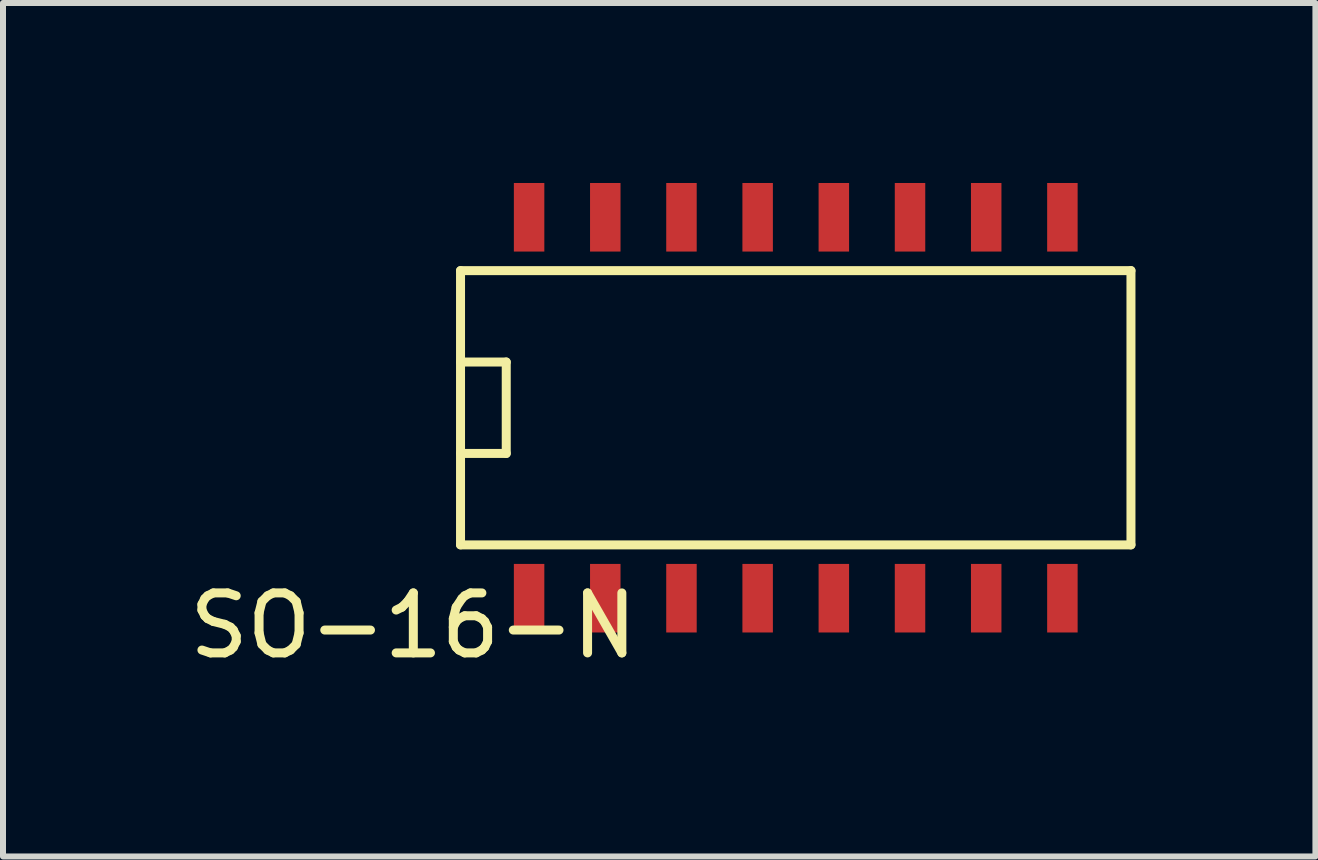
<source format=kicad_pcb>
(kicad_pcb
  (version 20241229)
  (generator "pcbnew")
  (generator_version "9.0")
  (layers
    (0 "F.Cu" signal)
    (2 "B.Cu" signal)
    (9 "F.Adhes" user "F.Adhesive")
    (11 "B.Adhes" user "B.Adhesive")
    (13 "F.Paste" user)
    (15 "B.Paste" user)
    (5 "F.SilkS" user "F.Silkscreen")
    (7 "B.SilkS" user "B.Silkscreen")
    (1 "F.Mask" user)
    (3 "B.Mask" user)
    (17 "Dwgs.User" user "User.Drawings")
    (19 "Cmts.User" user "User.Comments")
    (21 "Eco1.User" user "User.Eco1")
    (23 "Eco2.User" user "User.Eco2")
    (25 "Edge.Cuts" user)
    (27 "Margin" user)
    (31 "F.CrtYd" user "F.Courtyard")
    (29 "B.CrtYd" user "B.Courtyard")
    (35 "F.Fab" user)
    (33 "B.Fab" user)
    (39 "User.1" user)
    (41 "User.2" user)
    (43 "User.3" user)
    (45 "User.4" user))
  (footprint "SO-16-N"
    (layer "F.Cu")
    (at 10.215 3.747)
    (property "Reference" "SO-16-N" (at -6.375 3.632 0) (layer "F.SilkS") (effects (font (size 1 1) (thickness 0.15))))
    (attr smd)
    (fp_line (start -5.588 -2.286) (end 5.588 -2.286) (stroke (width 0.15) (type solid)) (layer "F.SilkS"))
    (fp_line (start -5.588 -0.762) (end -4.826 -0.762) (stroke (width 0.15) (type solid)) (layer "F.SilkS"))
    (fp_line (start -5.588 2.286) (end -5.588 -2.286) (stroke (width 0.15) (type solid)) (layer "F.SilkS"))
    (fp_line (start -4.826 -0.762) (end -4.826 0.762) (stroke (width 0.15) (type solid)) (layer "F.SilkS"))
    (fp_line (start -4.826 0.762) (end -5.588 0.762) (stroke (width 0.15) (type solid)) (layer "F.SilkS"))
    (fp_line (start 5.588 -2.286) (end 5.588 2.286) (stroke (width 0.15) (type solid)) (layer "F.SilkS"))
    (fp_line (start 5.588 2.286) (end -5.588 2.286) (stroke (width 0.15) (type solid)) (layer "F.SilkS"))
    (pad "1" smd rect (at -4.445 3.175) (size 0.508 1.143) (layers "F.Cu" "F.Mask" "F.Paste"))
    (pad "2" smd rect (at -3.175 3.175) (size 0.508 1.143) (layers "F.Cu" "F.Mask" "F.Paste"))
    (pad "3" smd rect (at -1.905 3.175) (size 0.508 1.143) (layers "F.Cu" "F.Mask" "F.Paste"))
    (pad "4" smd rect (at -0.635 3.175) (size 0.508 1.143) (layers "F.Cu" "F.Mask" "F.Paste"))
    (pad "5" smd rect (at 0.635 3.175) (size 0.508 1.143) (layers "F.Cu" "F.Mask" "F.Paste"))
    (pad "6" smd rect (at 1.905 3.175) (size 0.508 1.143) (layers "F.Cu" "F.Mask" "F.Paste"))
    (pad "7" smd rect (at 3.175 3.175) (size 0.508 1.143) (layers "F.Cu" "F.Mask" "F.Paste"))
    (pad "8" smd rect (at 4.445 3.175) (size 0.508 1.143) (layers "F.Cu" "F.Mask" "F.Paste"))
    (pad "9" smd rect (at 4.445 -3.175) (size 0.508 1.143) (layers "F.Cu" "F.Mask" "F.Paste"))
    (pad "10" smd rect (at 3.175 -3.175) (size 0.508 1.143) (layers "F.Cu" "F.Mask" "F.Paste"))
    (pad "11" smd rect (at 1.905 -3.175) (size 0.508 1.143) (layers "F.Cu" "F.Mask" "F.Paste"))
    (pad "12" smd rect (at 0.635 -3.175) (size 0.508 1.143) (layers "F.Cu" "F.Mask" "F.Paste"))
    (pad "13" smd rect (at -0.635 -3.175) (size 0.508 1.143) (layers "F.Cu" "F.Mask" "F.Paste"))
    (pad "14" smd rect (at -1.905 -3.175) (size 0.508 1.143) (layers "F.Cu" "F.Mask" "F.Paste"))
    (pad "15" smd rect (at -3.175 -3.175) (size 0.508 1.143) (layers "F.Cu" "F.Mask" "F.Paste"))
    (pad "16" smd rect (at -4.445 -3.175) (size 0.508 1.143) (layers "F.Cu" "F.Mask" "F.Paste")))
  (gr_rect
    (start -3 -3)
    (end 18.878 11.227)
    (stroke (width 0.1) (type default))
    (fill no)
    (layer "Edge.Cuts")))
</source>
